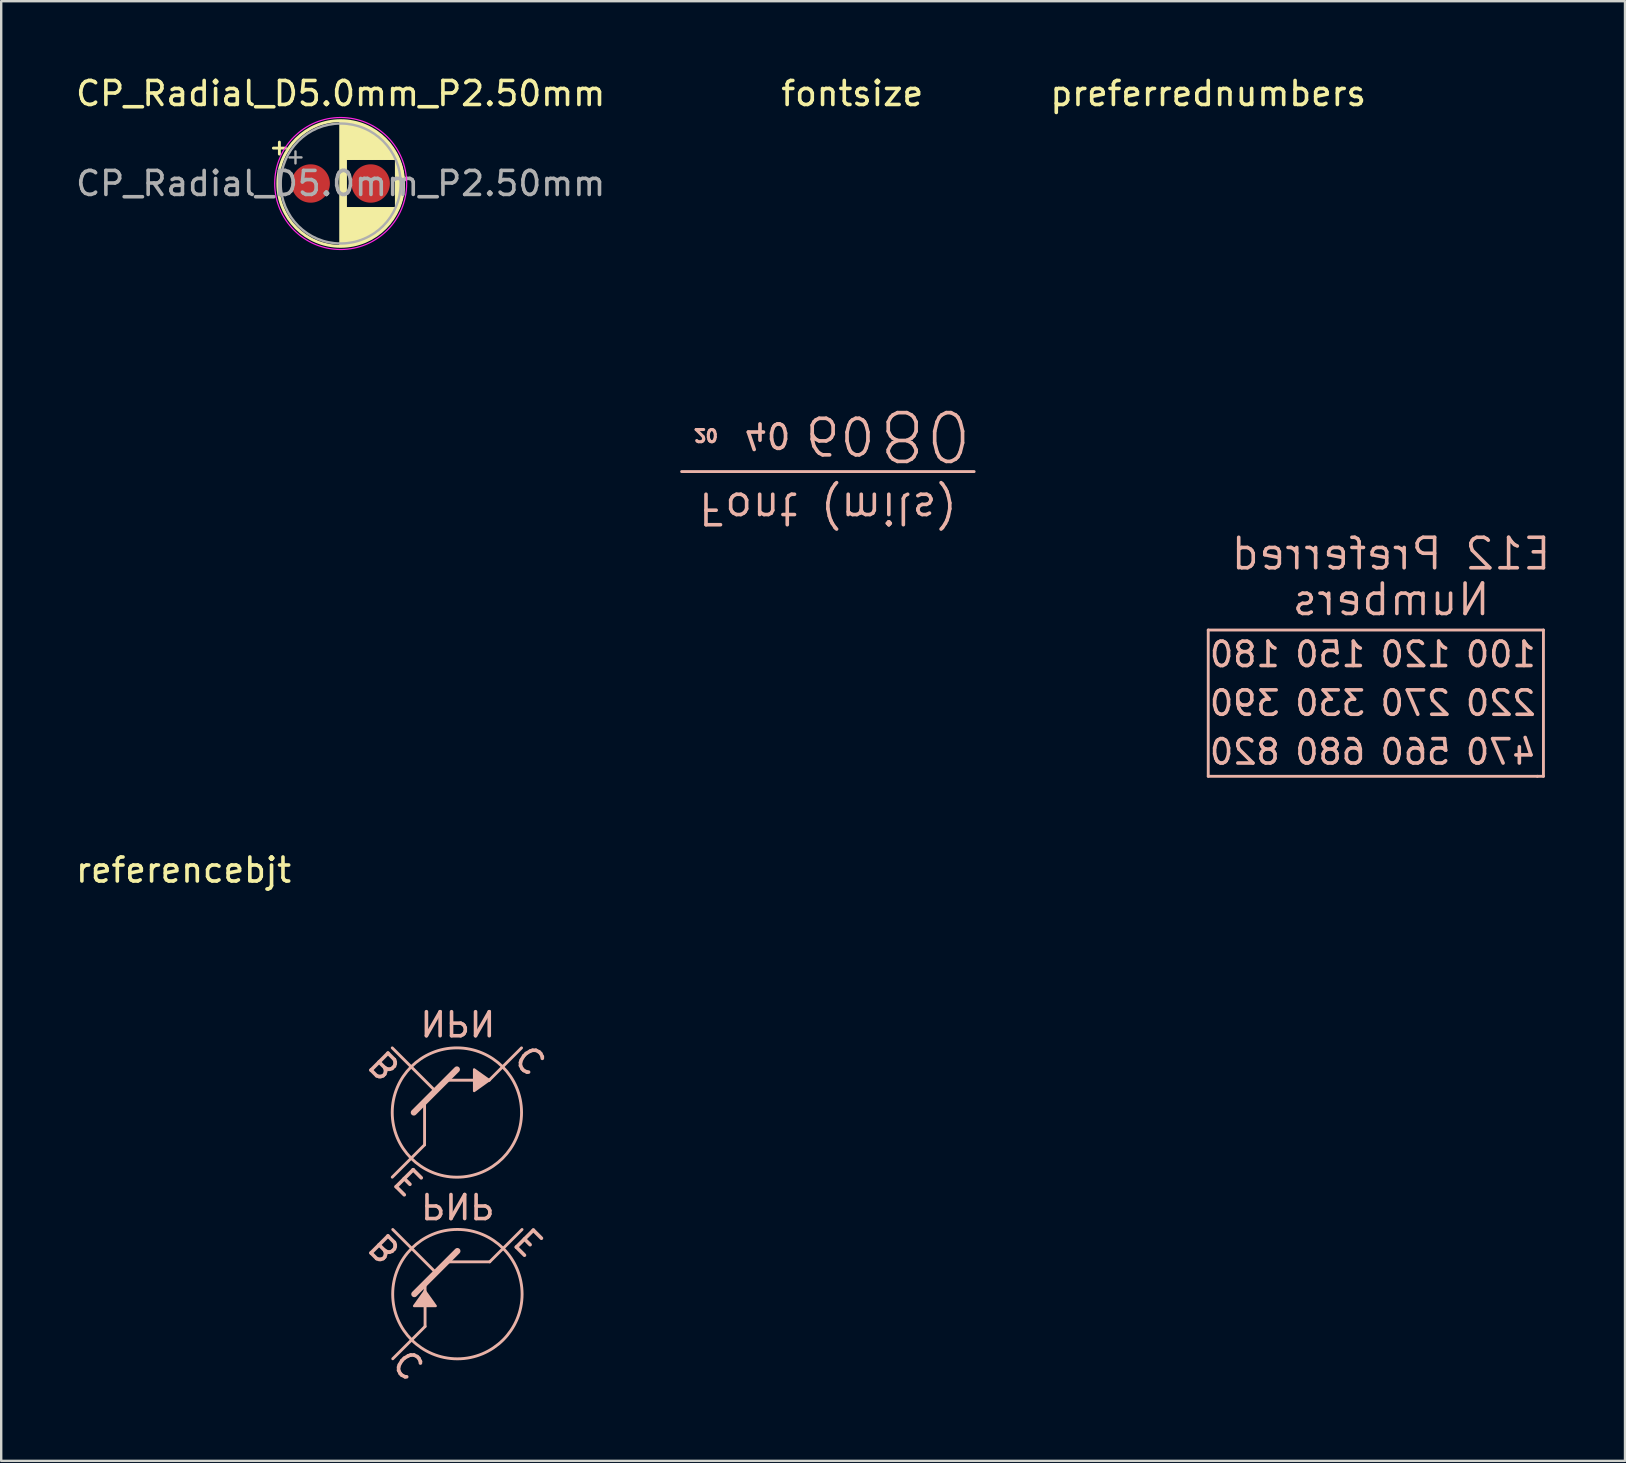
<source format=kicad_pcb>
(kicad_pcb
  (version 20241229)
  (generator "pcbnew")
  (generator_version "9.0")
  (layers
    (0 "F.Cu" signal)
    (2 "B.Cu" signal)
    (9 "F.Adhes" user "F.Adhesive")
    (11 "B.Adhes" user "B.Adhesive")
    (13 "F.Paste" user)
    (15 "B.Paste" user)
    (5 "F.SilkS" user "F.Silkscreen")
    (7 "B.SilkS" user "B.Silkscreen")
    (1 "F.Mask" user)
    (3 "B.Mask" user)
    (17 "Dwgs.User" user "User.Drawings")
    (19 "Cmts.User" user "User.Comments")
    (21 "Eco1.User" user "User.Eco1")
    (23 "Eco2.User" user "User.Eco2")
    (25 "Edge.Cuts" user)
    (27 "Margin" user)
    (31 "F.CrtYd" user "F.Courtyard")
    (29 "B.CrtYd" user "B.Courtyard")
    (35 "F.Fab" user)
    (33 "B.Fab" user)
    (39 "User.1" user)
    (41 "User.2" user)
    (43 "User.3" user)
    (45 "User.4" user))
  (footprint "referencebjt"
    (layer "F.Cu")
    (at 16.031 43.38)
    (property "Reference" "referencebjt" (at -11.43 -10.168 0) (layer "F.SilkS") (effects (font (size 1 1) (thickness 0.15))))
    (attr through_hole)
    (fp_line (start -2.733 -2.757) (end -0.937 -0.961) (stroke (width 0.12) (type solid)) (layer "B.SilkS"))
    (fp_line (start -2.712 4.812) (end -0.916 6.608) (stroke (width 0.12) (type solid)) (layer "B.SilkS"))
    (fp_line (start -1.835 -0.063) (end -0.039 -1.859) (stroke (width 0.254) (type solid)) (layer "B.SilkS"))
    (fp_line (start -1.814 7.506) (end -0.018 5.71) (stroke (width 0.254) (type solid)) (layer "B.SilkS"))
    (fp_line (start -1.386 -0.512) (end -1.386 1.284) (stroke (width 0.12) (type solid)) (layer "B.SilkS"))
    (fp_line (start -1.386 1.284) (end -2.733 2.631) (stroke (width 0.12) (type solid)) (layer "B.SilkS"))
    (fp_line (start -1.365 7.057) (end -1.365 8.853) (stroke (width 0.12) (type solid)) (layer "B.SilkS"))
    (fp_line (start -1.365 8.853) (end -2.712 10.2) (stroke (width 0.12) (type solid)) (layer "B.SilkS"))
    (fp_line (start -0.488 -1.41) (end 1.308 -1.41) (stroke (width 0.12) (type solid)) (layer "B.SilkS"))
    (fp_line (start -0.467 6.159) (end 1.329 6.159) (stroke (width 0.12) (type solid)) (layer "B.SilkS"))
    (fp_line (start 1.308 -1.41) (end 2.655 -2.757) (stroke (width 0.12) (type solid)) (layer "B.SilkS"))
    (fp_line (start 1.329 6.159) (end 2.676 4.812) (stroke (width 0.12) (type solid)) (layer "B.SilkS"))
    (fp_circle (center -0.039 -0.063) (end 2.655 0) (stroke (width 0.12) (type solid)) (fill no) (layer "B.SilkS"))
    (fp_circle (center -0.018 7.506) (end 2.676 7.62) (stroke (width 0.12) (type solid)) (fill no) (layer "B.SilkS"))
    (fp_poly (pts (xy -0.923 8.001) (xy -1.372 7.372) (xy -1.821 8.001)) (stroke (width 0.1) (type solid)) (fill yes) (layer "B.SilkS"))
    (fp_poly (pts (xy 0.68 -0.961) (xy 1.308 -1.41) (xy 0.68 -1.859)) (stroke (width 0.1) (type solid)) (fill yes) (layer "B.SilkS"))
    (fp_text user "NPN" (at 0 -3.81 180) (unlocked yes) (layer "B.SilkS") (effects (font (size 1 1) (thickness 0.15)) (justify mirror)))
    (fp_text user "E" (at -2.032 2.794 135) (unlocked yes) (layer "B.SilkS") (effects (font (size 1 1) (thickness 0.15)) (justify mirror)))
    (fp_text user "C" (at -2.032 10.414 135) (unlocked yes) (layer "B.SilkS") (effects (font (size 1 1) (thickness 0.15)) (justify mirror)))
    (fp_text user "E" (at 2.977 5.312 135) (unlocked yes) (layer "B.SilkS") (effects (font (size 1 1) (thickness 0.15)) (justify mirror)))
    (fp_text user "PNP" (at 0 3.81 180) (unlocked yes) (layer "B.SilkS") (effects (font (size 1 1) (thickness 0.15)) (justify mirror)))
    (fp_text user "B" (at -3.048 -2.032 135) (unlocked yes) (layer "B.SilkS") (effects (font (size 1 1) (thickness 0.15)) (justify mirror)))
    (fp_text user "B" (at -3.048 5.588 135) (unlocked yes) (layer "B.SilkS") (effects (font (size 1 1) (thickness 0.15)) (justify mirror)))
    (fp_text user "C" (at 3.048 -2.286 135) (unlocked yes) (layer "B.SilkS") (effects (font (size 1 1) (thickness 0.15)) (justify mirror))))
  (footprint "fontsize"
    (layer "F.Cu")
    (at 32.47 20.668)
    (property "Reference" "fontsize" (at 0 -19.82 0) (layer "F.SilkS") (effects (font (size 1 1) (thickness 0.15))))
    (attr through_hole)
    (fp_line (start -7.112 -4.064) (end 5.08 -4.064) (stroke (width 0.12) (type solid)) (layer "B.SilkS"))
    (fp_text user "20" (at -6.096 -5.588 180) (unlocked yes) (layer "B.SilkS") (effects (font (size 0.508 0.508) (thickness 0.127)) (justify mirror)))
    (fp_text user "60" (at -0.508 -5.588 180) (unlocked yes) (layer "B.SilkS") (effects (font (size 1.524 1.524) (thickness 0.152)) (justify mirror)))
    (fp_text user "40" (at -3.556 -5.588 180) (unlocked yes) (layer "B.SilkS") (effects (font (size 1.016 1.016) (thickness 0.152)) (justify mirror)))
    (fp_text user "80" (at 3.048 -5.588 180) (unlocked yes) (layer "B.SilkS") (effects (font (size 2.032 2.032) (thickness 0.152)) (justify mirror)))
    (fp_text user "Font (mils)" (at -1.016 -2.54 180) (unlocked yes) (layer "B.SilkS") (effects (font (size 1.27 1.27) (thickness 0.15)) (justify mirror))))
  (footprint "preferrednumbers"
    (layer "F.Cu")
    (at 47.306 23.208)
    (property "Reference" "preferrednumbers" (at 0 -22.36 0) (unlocked yes) (layer "F.SilkS") (effects (font (size 1 1) (thickness 0.15))))
    (attr through_hole)
    (fp_line (start 0 0) (end 0 6.096) (stroke (width 0.12) (type solid)) (layer "B.SilkS"))
    (fp_line (start 0 0) (end 13.97 0) (stroke (width 0.12) (type solid)) (layer "B.SilkS"))
    (fp_line (start 0 6.096) (end 13.716 6.096) (stroke (width 0.12) (type solid)) (layer "B.SilkS"))
    (fp_line (start 13.716 6.096) (end 13.97 6.096) (stroke (width 0.12) (type solid)) (layer "B.SilkS"))
    (fp_line (start 13.97 6.096) (end 13.97 0) (stroke (width 0.12) (type solid)) (layer "B.SilkS"))
    (fp_text user "560" (at 8.636 5.08 0) (unlocked yes) (layer "B.SilkS") (effects (font (size 1.016 1.016) (thickness 0.15)) (justify mirror)))
    (fp_text user "180" (at 1.524 1.016 0) (unlocked yes) (layer "B.SilkS") (effects (font (size 1.016 1.016) (thickness 0.15)) (justify mirror)))
    (fp_text user "Numbers" (at 7.62 -1.27 0) (unlocked yes) (layer "B.SilkS") (effects (font (size 1.27 1.27) (thickness 0.15)) (justify mirror)))
    (fp_text user "120" (at 8.636 1.016 0) (unlocked yes) (layer "B.SilkS") (effects (font (size 1.016 1.016) (thickness 0.15)) (justify mirror)))
    (fp_text user "220" (at 12.192 3.048 0) (unlocked yes) (layer "B.SilkS") (effects (font (size 1.016 1.016) (thickness 0.15)) (justify mirror)))
    (fp_text user "330" (at 5.08 3.048 0) (unlocked yes) (layer "B.SilkS") (effects (font (size 1.016 1.016) (thickness 0.15)) (justify mirror)))
    (fp_text user "820" (at 1.524 5.08 0) (unlocked yes) (layer "B.SilkS") (effects (font (size 1.016 1.016) (thickness 0.15)) (justify mirror)))
    (fp_text user "150" (at 5.08 1.016 0) (unlocked yes) (layer "B.SilkS") (effects (font (size 1.016 1.016) (thickness 0.15)) (justify mirror)))
    (fp_text user "680" (at 5.08 5.08 0) (unlocked yes) (layer "B.SilkS") (effects (font (size 1.016 1.016) (thickness 0.15)) (justify mirror)))
    (fp_text user "E12 Preferred" (at 7.62 -3.175 0) (unlocked yes) (layer "B.SilkS") (effects (font (size 1.27 1.27) (thickness 0.15)) (justify mirror)))
    (fp_text user "390" (at 1.524 3.048 0) (unlocked yes) (layer "B.SilkS") (effects (font (size 1.016 1.016) (thickness 0.15)) (justify mirror)))
    (fp_text user "100" (at 12.192 1.016 0) (unlocked yes) (layer "B.SilkS") (effects (font (size 1.016 1.016) (thickness 0.15)) (justify mirror)))
    (fp_text user "270" (at 8.636 3.048 0) (unlocked yes) (layer "B.SilkS") (effects (font (size 1.016 1.016) (thickness 0.15)) (justify mirror)))
    (fp_text user "470" (at 12.192 5.08 0) (unlocked yes) (layer "B.SilkS") (effects (font (size 1.016 1.016) (thickness 0.15)) (justify mirror))))
  (footprint "CP_Radial_D5.0mm_P2.50mm"
    (layer "F.Cu")
    (at 9.899 4.598)
    (property "Reference" "CP_Radial_D5.0mm_P2.50mm" (at 1.25 -3.75 0) (layer "F.SilkS") (effects (font (size 1 1) (thickness 0.15))))
    (attr through_hole)
    (fp_line (start -1.555 -1.475) (end -1.055 -1.475) (stroke (width 0.12) (type solid)) (layer "F.SilkS"))
    (fp_line (start -1.305 -1.725) (end -1.305 -1.225) (stroke (width 0.12) (type solid)) (layer "F.SilkS"))
    (fp_line (start 1.25 -2.58) (end 1.25 2.58) (stroke (width 0.12) (type solid)) (layer "F.SilkS"))
    (fp_line (start 1.29 -2.58) (end 1.29 2.58) (stroke (width 0.12) (type solid)) (layer "F.SilkS"))
    (fp_line (start 1.33 -2.579) (end 1.33 2.579) (stroke (width 0.12) (type solid)) (layer "F.SilkS"))
    (fp_line (start 1.37 -2.578) (end 1.37 2.578) (stroke (width 0.12) (type solid)) (layer "F.SilkS"))
    (fp_line (start 1.41 -2.576) (end 1.41 2.576) (stroke (width 0.12) (type solid)) (layer "F.SilkS"))
    (fp_line (start 1.45 -2.573) (end 1.45 2.573) (stroke (width 0.12) (type solid)) (layer "F.SilkS"))
    (fp_line (start 1.49 -2.569) (end 1.49 -1.04) (stroke (width 0.12) (type solid)) (layer "F.SilkS"))
    (fp_line (start 1.49 1.04) (end 1.49 2.569) (stroke (width 0.12) (type solid)) (layer "F.SilkS"))
    (fp_line (start 1.53 -2.565) (end 1.53 -1.04) (stroke (width 0.12) (type solid)) (layer "F.SilkS"))
    (fp_line (start 1.53 1.04) (end 1.53 2.565) (stroke (width 0.12) (type solid)) (layer "F.SilkS"))
    (fp_line (start 1.57 -2.561) (end 1.57 -1.04) (stroke (width 0.12) (type solid)) (layer "F.SilkS"))
    (fp_line (start 1.57 1.04) (end 1.57 2.561) (stroke (width 0.12) (type solid)) (layer "F.SilkS"))
    (fp_line (start 1.61 -2.556) (end 1.61 -1.04) (stroke (width 0.12) (type solid)) (layer "F.SilkS"))
    (fp_line (start 1.61 1.04) (end 1.61 2.556) (stroke (width 0.12) (type solid)) (layer "F.SilkS"))
    (fp_line (start 1.65 -2.55) (end 1.65 -1.04) (stroke (width 0.12) (type solid)) (layer "F.SilkS"))
    (fp_line (start 1.65 1.04) (end 1.65 2.55) (stroke (width 0.12) (type solid)) (layer "F.SilkS"))
    (fp_line (start 1.69 -2.543) (end 1.69 -1.04) (stroke (width 0.12) (type solid)) (layer "F.SilkS"))
    (fp_line (start 1.69 1.04) (end 1.69 2.543) (stroke (width 0.12) (type solid)) (layer "F.SilkS"))
    (fp_line (start 1.73 -2.536) (end 1.73 -1.04) (stroke (width 0.12) (type solid)) (layer "F.SilkS"))
    (fp_line (start 1.73 1.04) (end 1.73 2.536) (stroke (width 0.12) (type solid)) (layer "F.SilkS"))
    (fp_line (start 1.77 -2.528) (end 1.77 -1.04) (stroke (width 0.12) (type solid)) (layer "F.SilkS"))
    (fp_line (start 1.77 1.04) (end 1.77 2.528) (stroke (width 0.12) (type solid)) (layer "F.SilkS"))
    (fp_line (start 1.81 -2.52) (end 1.81 -1.04) (stroke (width 0.12) (type solid)) (layer "F.SilkS"))
    (fp_line (start 1.81 1.04) (end 1.81 2.52) (stroke (width 0.12) (type solid)) (layer "F.SilkS"))
    (fp_line (start 1.85 -2.511) (end 1.85 -1.04) (stroke (width 0.12) (type solid)) (layer "F.SilkS"))
    (fp_line (start 1.85 1.04) (end 1.85 2.511) (stroke (width 0.12) (type solid)) (layer "F.SilkS"))
    (fp_line (start 1.89 -2.501) (end 1.89 -1.04) (stroke (width 0.12) (type solid)) (layer "F.SilkS"))
    (fp_line (start 1.89 1.04) (end 1.89 2.501) (stroke (width 0.12) (type solid)) (layer "F.SilkS"))
    (fp_line (start 1.93 -2.491) (end 1.93 -1.04) (stroke (width 0.12) (type solid)) (layer "F.SilkS"))
    (fp_line (start 1.93 1.04) (end 1.93 2.491) (stroke (width 0.12) (type solid)) (layer "F.SilkS"))
    (fp_line (start 1.971 -2.48) (end 1.971 -1.04) (stroke (width 0.12) (type solid)) (layer "F.SilkS"))
    (fp_line (start 1.971 1.04) (end 1.971 2.48) (stroke (width 0.12) (type solid)) (layer "F.SilkS"))
    (fp_line (start 2.011 -2.468) (end 2.011 -1.04) (stroke (width 0.12) (type solid)) (layer "F.SilkS"))
    (fp_line (start 2.011 1.04) (end 2.011 2.468) (stroke (width 0.12) (type solid)) (layer "F.SilkS"))
    (fp_line (start 2.051 -2.455) (end 2.051 -1.04) (stroke (width 0.12) (type solid)) (layer "F.SilkS"))
    (fp_line (start 2.051 1.04) (end 2.051 2.455) (stroke (width 0.12) (type solid)) (layer "F.SilkS"))
    (fp_line (start 2.091 -2.442) (end 2.091 -1.04) (stroke (width 0.12) (type solid)) (layer "F.SilkS"))
    (fp_line (start 2.091 1.04) (end 2.091 2.442) (stroke (width 0.12) (type solid)) (layer "F.SilkS"))
    (fp_line (start 2.131 -2.428) (end 2.131 -1.04) (stroke (width 0.12) (type solid)) (layer "F.SilkS"))
    (fp_line (start 2.131 1.04) (end 2.131 2.428) (stroke (width 0.12) (type solid)) (layer "F.SilkS"))
    (fp_line (start 2.171 -2.414) (end 2.171 -1.04) (stroke (width 0.12) (type solid)) (layer "F.SilkS"))
    (fp_line (start 2.171 1.04) (end 2.171 2.414) (stroke (width 0.12) (type solid)) (layer "F.SilkS"))
    (fp_line (start 2.211 -2.398) (end 2.211 -1.04) (stroke (width 0.12) (type solid)) (layer "F.SilkS"))
    (fp_line (start 2.211 1.04) (end 2.211 2.398) (stroke (width 0.12) (type solid)) (layer "F.SilkS"))
    (fp_line (start 2.251 -2.382) (end 2.251 -1.04) (stroke (width 0.12) (type solid)) (layer "F.SilkS"))
    (fp_line (start 2.251 1.04) (end 2.251 2.382) (stroke (width 0.12) (type solid)) (layer "F.SilkS"))
    (fp_line (start 2.291 -2.365) (end 2.291 -1.04) (stroke (width 0.12) (type solid)) (layer "F.SilkS"))
    (fp_line (start 2.291 1.04) (end 2.291 2.365) (stroke (width 0.12) (type solid)) (layer "F.SilkS"))
    (fp_line (start 2.331 -2.348) (end 2.331 -1.04) (stroke (width 0.12) (type solid)) (layer "F.SilkS"))
    (fp_line (start 2.331 1.04) (end 2.331 2.348) (stroke (width 0.12) (type solid)) (layer "F.SilkS"))
    (fp_line (start 2.371 -2.329) (end 2.371 -1.04) (stroke (width 0.12) (type solid)) (layer "F.SilkS"))
    (fp_line (start 2.371 1.04) (end 2.371 2.329) (stroke (width 0.12) (type solid)) (layer "F.SilkS"))
    (fp_line (start 2.411 -2.31) (end 2.411 -1.04) (stroke (width 0.12) (type solid)) (layer "F.SilkS"))
    (fp_line (start 2.411 1.04) (end 2.411 2.31) (stroke (width 0.12) (type solid)) (layer "F.SilkS"))
    (fp_line (start 2.451 -2.29) (end 2.451 -1.04) (stroke (width 0.12) (type solid)) (layer "F.SilkS"))
    (fp_line (start 2.451 1.04) (end 2.451 2.29) (stroke (width 0.12) (type solid)) (layer "F.SilkS"))
    (fp_line (start 2.491 -2.268) (end 2.491 -1.04) (stroke (width 0.12) (type solid)) (layer "F.SilkS"))
    (fp_line (start 2.491 1.04) (end 2.491 2.268) (stroke (width 0.12) (type solid)) (layer "F.SilkS"))
    (fp_line (start 2.531 -2.247) (end 2.531 -1.04) (stroke (width 0.12) (type solid)) (layer "F.SilkS"))
    (fp_line (start 2.531 1.04) (end 2.531 2.247) (stroke (width 0.12) (type solid)) (layer "F.SilkS"))
    (fp_line (start 2.571 -2.224) (end 2.571 -1.04) (stroke (width 0.12) (type solid)) (layer "F.SilkS"))
    (fp_line (start 2.571 1.04) (end 2.571 2.224) (stroke (width 0.12) (type solid)) (layer "F.SilkS"))
    (fp_line (start 2.611 -2.2) (end 2.611 -1.04) (stroke (width 0.12) (type solid)) (layer "F.SilkS"))
    (fp_line (start 2.611 1.04) (end 2.611 2.2) (stroke (width 0.12) (type solid)) (layer "F.SilkS"))
    (fp_line (start 2.651 -2.175) (end 2.651 -1.04) (stroke (width 0.12) (type solid)) (layer "F.SilkS"))
    (fp_line (start 2.651 1.04) (end 2.651 2.175) (stroke (width 0.12) (type solid)) (layer "F.SilkS"))
    (fp_line (start 2.691 -2.149) (end 2.691 -1.04) (stroke (width 0.12) (type solid)) (layer "F.SilkS"))
    (fp_line (start 2.691 1.04) (end 2.691 2.149) (stroke (width 0.12) (type solid)) (layer "F.SilkS"))
    (fp_line (start 2.731 -2.122) (end 2.731 -1.04) (stroke (width 0.12) (type solid)) (layer "F.SilkS"))
    (fp_line (start 2.731 1.04) (end 2.731 2.122) (stroke (width 0.12) (type solid)) (layer "F.SilkS"))
    (fp_line (start 2.771 -2.095) (end 2.771 -1.04) (stroke (width 0.12) (type solid)) (layer "F.SilkS"))
    (fp_line (start 2.771 1.04) (end 2.771 2.095) (stroke (width 0.12) (type solid)) (layer "F.SilkS"))
    (fp_line (start 2.811 -2.065) (end 2.811 -1.04) (stroke (width 0.12) (type solid)) (layer "F.SilkS"))
    (fp_line (start 2.811 1.04) (end 2.811 2.065) (stroke (width 0.12) (type solid)) (layer "F.SilkS"))
    (fp_line (start 2.851 -2.035) (end 2.851 -1.04) (stroke (width 0.12) (type solid)) (layer "F.SilkS"))
    (fp_line (start 2.851 1.04) (end 2.851 2.035) (stroke (width 0.12) (type solid)) (layer "F.SilkS"))
    (fp_line (start 2.891 -2.004) (end 2.891 -1.04) (stroke (width 0.12) (type solid)) (layer "F.SilkS"))
    (fp_line (start 2.891 1.04) (end 2.891 2.004) (stroke (width 0.12) (type solid)) (layer "F.SilkS"))
    (fp_line (start 2.931 -1.971) (end 2.931 -1.04) (stroke (width 0.12) (type solid)) (layer "F.SilkS"))
    (fp_line (start 2.931 1.04) (end 2.931 1.971) (stroke (width 0.12) (type solid)) (layer "F.SilkS"))
    (fp_line (start 2.971 -1.937) (end 2.971 -1.04) (stroke (width 0.12) (type solid)) (layer "F.SilkS"))
    (fp_line (start 2.971 1.04) (end 2.971 1.937) (stroke (width 0.12) (type solid)) (layer "F.SilkS"))
    (fp_line (start 3.011 -1.901) (end 3.011 -1.04) (stroke (width 0.12) (type solid)) (layer "F.SilkS"))
    (fp_line (start 3.011 1.04) (end 3.011 1.901) (stroke (width 0.12) (type solid)) (layer "F.SilkS"))
    (fp_line (start 3.051 -1.864) (end 3.051 -1.04) (stroke (width 0.12) (type solid)) (layer "F.SilkS"))
    (fp_line (start 3.051 1.04) (end 3.051 1.864) (stroke (width 0.12) (type solid)) (layer "F.SilkS"))
    (fp_line (start 3.091 -1.826) (end 3.091 -1.04) (stroke (width 0.12) (type solid)) (layer "F.SilkS"))
    (fp_line (start 3.091 1.04) (end 3.091 1.826) (stroke (width 0.12) (type solid)) (layer "F.SilkS"))
    (fp_line (start 3.131 -1.785) (end 3.131 -1.04) (stroke (width 0.12) (type solid)) (layer "F.SilkS"))
    (fp_line (start 3.131 1.04) (end 3.131 1.785) (stroke (width 0.12) (type solid)) (layer "F.SilkS"))
    (fp_line (start 3.171 -1.743) (end 3.171 -1.04) (stroke (width 0.12) (type solid)) (layer "F.SilkS"))
    (fp_line (start 3.171 1.04) (end 3.171 1.743) (stroke (width 0.12) (type solid)) (layer "F.SilkS"))
    (fp_line (start 3.211 -1.699) (end 3.211 -1.04) (stroke (width 0.12) (type solid)) (layer "F.SilkS"))
    (fp_line (start 3.211 1.04) (end 3.211 1.699) (stroke (width 0.12) (type solid)) (layer "F.SilkS"))
    (fp_line (start 3.251 -1.653) (end 3.251 -1.04) (stroke (width 0.12) (type solid)) (layer "F.SilkS"))
    (fp_line (start 3.251 1.04) (end 3.251 1.653) (stroke (width 0.12) (type solid)) (layer "F.SilkS"))
    (fp_line (start 3.291 -1.605) (end 3.291 -1.04) (stroke (width 0.12) (type solid)) (layer "F.SilkS"))
    (fp_line (start 3.291 1.04) (end 3.291 1.605) (stroke (width 0.12) (type solid)) (layer "F.SilkS"))
    (fp_line (start 3.331 -1.554) (end 3.331 -1.04) (stroke (width 0.12) (type solid)) (layer "F.SilkS"))
    (fp_line (start 3.331 1.04) (end 3.331 1.554) (stroke (width 0.12) (type solid)) (layer "F.SilkS"))
    (fp_line (start 3.371 -1.5) (end 3.371 -1.04) (stroke (width 0.12) (type solid)) (layer "F.SilkS"))
    (fp_line (start 3.371 1.04) (end 3.371 1.5) (stroke (width 0.12) (type solid)) (layer "F.SilkS"))
    (fp_line (start 3.411 -1.443) (end 3.411 -1.04) (stroke (width 0.12) (type solid)) (layer "F.SilkS"))
    (fp_line (start 3.411 1.04) (end 3.411 1.443) (stroke (width 0.12) (type solid)) (layer "F.SilkS"))
    (fp_line (start 3.451 -1.383) (end 3.451 -1.04) (stroke (width 0.12) (type solid)) (layer "F.SilkS"))
    (fp_line (start 3.451 1.04) (end 3.451 1.383) (stroke (width 0.12) (type solid)) (layer "F.SilkS"))
    (fp_line (start 3.491 -1.319) (end 3.491 -1.04) (stroke (width 0.12) (type solid)) (layer "F.SilkS"))
    (fp_line (start 3.491 1.04) (end 3.491 1.319) (stroke (width 0.12) (type solid)) (layer "F.SilkS"))
    (fp_line (start 3.531 -1.251) (end 3.531 -1.04) (stroke (width 0.12) (type solid)) (layer "F.SilkS"))
    (fp_line (start 3.531 1.04) (end 3.531 1.251) (stroke (width 0.12) (type solid)) (layer "F.SilkS"))
    (fp_line (start 3.571 -1.178) (end 3.571 1.178) (stroke (width 0.12) (type solid)) (layer "F.SilkS"))
    (fp_line (start 3.611 -1.098) (end 3.611 1.098) (stroke (width 0.12) (type solid)) (layer "F.SilkS"))
    (fp_line (start 3.651 -1.011) (end 3.651 1.011) (stroke (width 0.12) (type solid)) (layer "F.SilkS"))
    (fp_line (start 3.691 -0.915) (end 3.691 0.915) (stroke (width 0.12) (type solid)) (layer "F.SilkS"))
    (fp_line (start 3.731 -0.805) (end 3.731 0.805) (stroke (width 0.12) (type solid)) (layer "F.SilkS"))
    (fp_line (start 3.771 -0.677) (end 3.771 0.677) (stroke (width 0.12) (type solid)) (layer "F.SilkS"))
    (fp_line (start 3.811 -0.518) (end 3.811 0.518) (stroke (width 0.12) (type solid)) (layer "F.SilkS"))
    (fp_line (start 3.851 -0.284) (end 3.851 0.284) (stroke (width 0.12) (type solid)) (layer "F.SilkS"))
    (fp_circle (center 1.25 0) (end 3.87 0) (stroke (width 0.12) (type solid)) (fill no) (layer "F.SilkS"))
    (fp_circle (center 1.25 0) (end 4 0) (stroke (width 0.05) (type solid)) (fill no) (layer "F.CrtYd"))
    (fp_line (start -0.884 -1.087) (end -0.384 -1.087) (stroke (width 0.1) (type solid)) (layer "F.Fab"))
    (fp_line (start -0.634 -1.337) (end -0.634 -0.838) (stroke (width 0.1) (type solid)) (layer "F.Fab"))
    (fp_circle (center 1.25 0) (end 3.75 0) (stroke (width 0.1) (type solid)) (fill no) (layer "F.Fab"))
    (fp_text user "${REFERENCE}" (at 1.25 0 0) (layer "F.Fab") (effects (font (size 1 1) (thickness 0.15))))
    (pad "1" smd circle (at 0 0) (size 1.6 1.6) (layers "F.Cu" "F.Mask" "F.Paste"))
    (pad "2" smd circle (at 2.5 0) (size 1.6 1.6) (layers "F.Cu" "F.Mask" "F.Paste")))
  (gr_rect
    (start -3 -3)
    (end 64.676 57.836)
    (stroke (width 0.1) (type default))
    (fill no)
    (layer "Edge.Cuts")))
</source>
